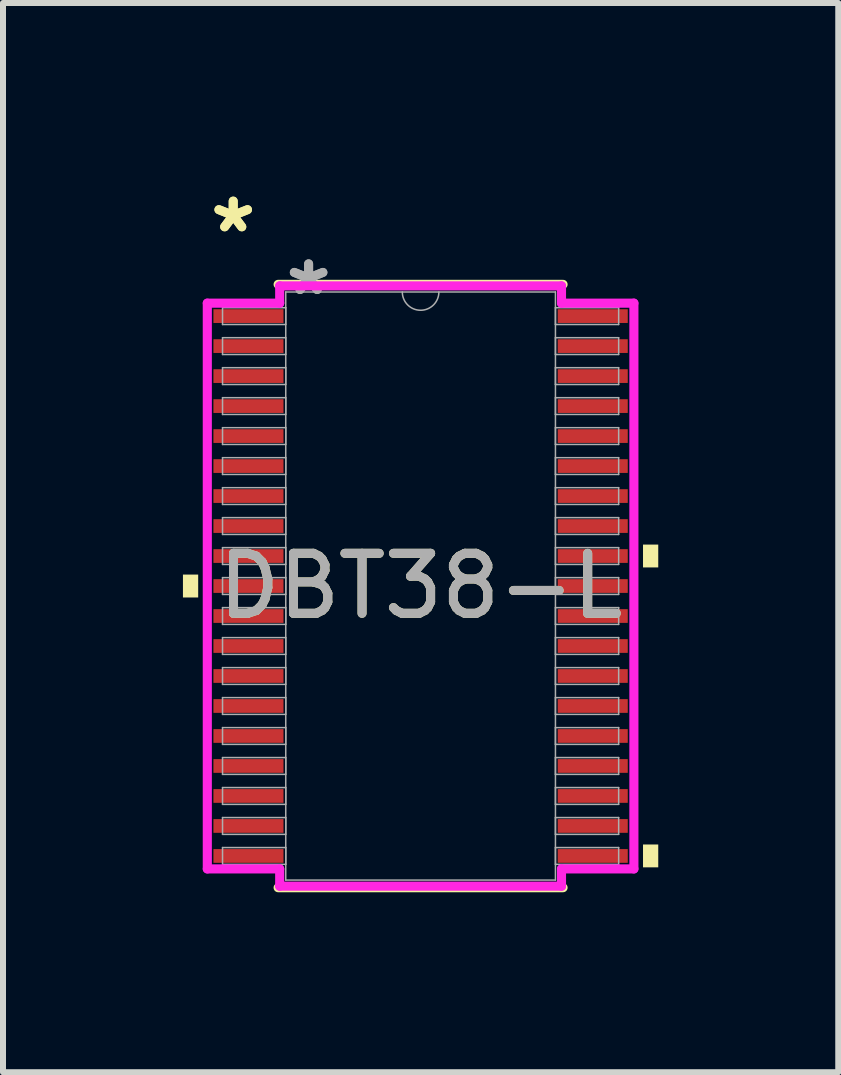
<source format=kicad_pcb>
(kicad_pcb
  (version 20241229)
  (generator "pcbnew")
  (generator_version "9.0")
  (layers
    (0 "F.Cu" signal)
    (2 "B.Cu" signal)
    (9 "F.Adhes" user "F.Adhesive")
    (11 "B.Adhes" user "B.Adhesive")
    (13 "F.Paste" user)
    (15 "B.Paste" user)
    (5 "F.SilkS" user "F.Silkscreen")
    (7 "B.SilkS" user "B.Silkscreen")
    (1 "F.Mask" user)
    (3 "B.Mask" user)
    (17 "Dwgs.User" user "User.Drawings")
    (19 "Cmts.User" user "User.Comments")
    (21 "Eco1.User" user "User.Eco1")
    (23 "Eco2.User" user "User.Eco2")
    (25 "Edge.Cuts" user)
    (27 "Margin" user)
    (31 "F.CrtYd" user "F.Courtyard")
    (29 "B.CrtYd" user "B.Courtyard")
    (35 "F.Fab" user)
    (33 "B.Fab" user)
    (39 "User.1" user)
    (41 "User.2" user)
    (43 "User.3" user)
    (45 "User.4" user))
  (footprint "DBT38-L"
    (layer "F.Cu")
    (at 3.962 6.72)
    (property "Reference" "DBT38-L" (at 0 0 0) (unlocked yes) (layer "F.SilkS") (effects (font (size 1 1) (thickness 0.15))))
    (attr smd)
    (fp_line (start -2.375 5.029) (end 2.375 5.029) (stroke (width 0.152) (type solid)) (layer "F.SilkS"))
    (fp_line (start 2.375 -5.029) (end -2.375 -5.029) (stroke (width 0.152) (type solid)) (layer "F.SilkS"))
    (fp_poly (pts (xy -3.962 -0.191) (xy -3.962 0.191) (xy -3.708 0.191) (xy -3.708 -0.191)) (stroke (width 0) (type solid)) (fill yes) (layer "F.SilkS"))
    (fp_poly (pts (xy 3.962 -0.691) (xy 3.962 -0.31) (xy 3.708 -0.31) (xy 3.708 -0.691)) (stroke (width 0) (type solid)) (fill yes) (layer "F.SilkS"))
    (fp_poly (pts (xy 3.962 4.309) (xy 3.962 4.69) (xy 3.708 4.69) (xy 3.708 4.309)) (stroke (width 0) (type solid)) (fill yes) (layer "F.SilkS"))
    (fp_line (start -3.556 -4.716) (end -2.349 -4.716) (stroke (width 0.152) (type solid)) (layer "F.CrtYd"))
    (fp_line (start -3.556 4.716) (end -3.556 -4.716) (stroke (width 0.152) (type solid)) (layer "F.CrtYd"))
    (fp_line (start -3.556 4.716) (end -2.349 4.716) (stroke (width 0.152) (type solid)) (layer "F.CrtYd"))
    (fp_line (start -2.349 -5.004) (end 2.349 -5.004) (stroke (width 0.152) (type solid)) (layer "F.CrtYd"))
    (fp_line (start -2.349 -4.716) (end -2.349 -5.004) (stroke (width 0.152) (type solid)) (layer "F.CrtYd"))
    (fp_line (start -2.349 5.004) (end -2.349 4.716) (stroke (width 0.152) (type solid)) (layer "F.CrtYd"))
    (fp_line (start 2.349 -5.004) (end 2.349 -4.716) (stroke (width 0.152) (type solid)) (layer "F.CrtYd"))
    (fp_line (start 2.349 4.716) (end 2.349 5.004) (stroke (width 0.152) (type solid)) (layer "F.CrtYd"))
    (fp_line (start 2.349 5.004) (end -2.349 5.004) (stroke (width 0.152) (type solid)) (layer "F.CrtYd"))
    (fp_line (start 3.556 -4.716) (end 2.349 -4.716) (stroke (width 0.152) (type solid)) (layer "F.CrtYd"))
    (fp_line (start 3.556 -4.716) (end 3.556 4.716) (stroke (width 0.152) (type solid)) (layer "F.CrtYd"))
    (fp_line (start 3.556 4.716) (end 2.349 4.716) (stroke (width 0.152) (type solid)) (layer "F.CrtYd"))
    (fp_line (start -3.302 -4.64) (end -3.302 -4.36) (stroke (width 0.025) (type solid)) (layer "F.Fab"))
    (fp_line (start -3.302 -4.36) (end -2.248 -4.36) (stroke (width 0.025) (type solid)) (layer "F.Fab"))
    (fp_line (start -3.302 -4.14) (end -3.302 -3.86) (stroke (width 0.025) (type solid)) (layer "F.Fab"))
    (fp_line (start -3.302 -3.86) (end -2.248 -3.86) (stroke (width 0.025) (type solid)) (layer "F.Fab"))
    (fp_line (start -3.302 -3.64) (end -3.302 -3.36) (stroke (width 0.025) (type solid)) (layer "F.Fab"))
    (fp_line (start -3.302 -3.36) (end -2.248 -3.36) (stroke (width 0.025) (type solid)) (layer "F.Fab"))
    (fp_line (start -3.302 -3.14) (end -3.302 -2.86) (stroke (width 0.025) (type solid)) (layer "F.Fab"))
    (fp_line (start -3.302 -2.86) (end -2.248 -2.86) (stroke (width 0.025) (type solid)) (layer "F.Fab"))
    (fp_line (start -3.302 -2.64) (end -3.302 -2.36) (stroke (width 0.025) (type solid)) (layer "F.Fab"))
    (fp_line (start -3.302 -2.36) (end -2.248 -2.36) (stroke (width 0.025) (type solid)) (layer "F.Fab"))
    (fp_line (start -3.302 -2.14) (end -3.302 -1.86) (stroke (width 0.025) (type solid)) (layer "F.Fab"))
    (fp_line (start -3.302 -1.86) (end -2.248 -1.86) (stroke (width 0.025) (type solid)) (layer "F.Fab"))
    (fp_line (start -3.302 -1.64) (end -3.302 -1.36) (stroke (width 0.025) (type solid)) (layer "F.Fab"))
    (fp_line (start -3.302 -1.36) (end -2.248 -1.36) (stroke (width 0.025) (type solid)) (layer "F.Fab"))
    (fp_line (start -3.302 -1.14) (end -3.302 -0.86) (stroke (width 0.025) (type solid)) (layer "F.Fab"))
    (fp_line (start -3.302 -0.86) (end -2.248 -0.86) (stroke (width 0.025) (type solid)) (layer "F.Fab"))
    (fp_line (start -3.302 -0.64) (end -3.302 -0.36) (stroke (width 0.025) (type solid)) (layer "F.Fab"))
    (fp_line (start -3.302 -0.36) (end -2.248 -0.36) (stroke (width 0.025) (type solid)) (layer "F.Fab"))
    (fp_line (start -3.302 -0.14) (end -3.302 0.14) (stroke (width 0.025) (type solid)) (layer "F.Fab"))
    (fp_line (start -3.302 0.14) (end -2.248 0.14) (stroke (width 0.025) (type solid)) (layer "F.Fab"))
    (fp_line (start -3.302 0.36) (end -3.302 0.64) (stroke (width 0.025) (type solid)) (layer "F.Fab"))
    (fp_line (start -3.302 0.64) (end -2.248 0.64) (stroke (width 0.025) (type solid)) (layer "F.Fab"))
    (fp_line (start -3.302 0.86) (end -3.302 1.14) (stroke (width 0.025) (type solid)) (layer "F.Fab"))
    (fp_line (start -3.302 1.14) (end -2.248 1.14) (stroke (width 0.025) (type solid)) (layer "F.Fab"))
    (fp_line (start -3.302 1.36) (end -3.302 1.64) (stroke (width 0.025) (type solid)) (layer "F.Fab"))
    (fp_line (start -3.302 1.64) (end -2.248 1.64) (stroke (width 0.025) (type solid)) (layer "F.Fab"))
    (fp_line (start -3.302 1.86) (end -3.302 2.14) (stroke (width 0.025) (type solid)) (layer "F.Fab"))
    (fp_line (start -3.302 2.14) (end -2.248 2.14) (stroke (width 0.025) (type solid)) (layer "F.Fab"))
    (fp_line (start -3.302 2.36) (end -3.302 2.64) (stroke (width 0.025) (type solid)) (layer "F.Fab"))
    (fp_line (start -3.302 2.64) (end -2.248 2.64) (stroke (width 0.025) (type solid)) (layer "F.Fab"))
    (fp_line (start -3.302 2.86) (end -3.302 3.14) (stroke (width 0.025) (type solid)) (layer "F.Fab"))
    (fp_line (start -3.302 3.14) (end -2.248 3.14) (stroke (width 0.025) (type solid)) (layer "F.Fab"))
    (fp_line (start -3.302 3.36) (end -3.302 3.64) (stroke (width 0.025) (type solid)) (layer "F.Fab"))
    (fp_line (start -3.302 3.64) (end -2.248 3.64) (stroke (width 0.025) (type solid)) (layer "F.Fab"))
    (fp_line (start -3.302 3.86) (end -3.302 4.14) (stroke (width 0.025) (type solid)) (layer "F.Fab"))
    (fp_line (start -3.302 4.14) (end -2.248 4.14) (stroke (width 0.025) (type solid)) (layer "F.Fab"))
    (fp_line (start -3.302 4.36) (end -3.302 4.64) (stroke (width 0.025) (type solid)) (layer "F.Fab"))
    (fp_line (start -3.302 4.64) (end -2.248 4.64) (stroke (width 0.025) (type solid)) (layer "F.Fab"))
    (fp_line (start -2.248 -4.902) (end -2.248 4.902) (stroke (width 0.025) (type solid)) (layer "F.Fab"))
    (fp_line (start -2.248 -4.64) (end -3.302 -4.64) (stroke (width 0.025) (type solid)) (layer "F.Fab"))
    (fp_line (start -2.248 -4.36) (end -2.248 -4.64) (stroke (width 0.025) (type solid)) (layer "F.Fab"))
    (fp_line (start -2.248 -4.14) (end -3.302 -4.14) (stroke (width 0.025) (type solid)) (layer "F.Fab"))
    (fp_line (start -2.248 -3.86) (end -2.248 -4.14) (stroke (width 0.025) (type solid)) (layer "F.Fab"))
    (fp_line (start -2.248 -3.64) (end -3.302 -3.64) (stroke (width 0.025) (type solid)) (layer "F.Fab"))
    (fp_line (start -2.248 -3.36) (end -2.248 -3.64) (stroke (width 0.025) (type solid)) (layer "F.Fab"))
    (fp_line (start -2.248 -3.14) (end -3.302 -3.14) (stroke (width 0.025) (type solid)) (layer "F.Fab"))
    (fp_line (start -2.248 -2.86) (end -2.248 -3.14) (stroke (width 0.025) (type solid)) (layer "F.Fab"))
    (fp_line (start -2.248 -2.64) (end -3.302 -2.64) (stroke (width 0.025) (type solid)) (layer "F.Fab"))
    (fp_line (start -2.248 -2.36) (end -2.248 -2.64) (stroke (width 0.025) (type solid)) (layer "F.Fab"))
    (fp_line (start -2.248 -2.14) (end -3.302 -2.14) (stroke (width 0.025) (type solid)) (layer "F.Fab"))
    (fp_line (start -2.248 -1.86) (end -2.248 -2.14) (stroke (width 0.025) (type solid)) (layer "F.Fab"))
    (fp_line (start -2.248 -1.64) (end -3.302 -1.64) (stroke (width 0.025) (type solid)) (layer "F.Fab"))
    (fp_line (start -2.248 -1.36) (end -2.248 -1.64) (stroke (width 0.025) (type solid)) (layer "F.Fab"))
    (fp_line (start -2.248 -1.14) (end -3.302 -1.14) (stroke (width 0.025) (type solid)) (layer "F.Fab"))
    (fp_line (start -2.248 -0.86) (end -2.248 -1.14) (stroke (width 0.025) (type solid)) (layer "F.Fab"))
    (fp_line (start -2.248 -0.64) (end -3.302 -0.64) (stroke (width 0.025) (type solid)) (layer "F.Fab"))
    (fp_line (start -2.248 -0.36) (end -2.248 -0.64) (stroke (width 0.025) (type solid)) (layer "F.Fab"))
    (fp_line (start -2.248 -0.14) (end -3.302 -0.14) (stroke (width 0.025) (type solid)) (layer "F.Fab"))
    (fp_line (start -2.248 0.14) (end -2.248 -0.14) (stroke (width 0.025) (type solid)) (layer "F.Fab"))
    (fp_line (start -2.248 0.36) (end -3.302 0.36) (stroke (width 0.025) (type solid)) (layer "F.Fab"))
    (fp_line (start -2.248 0.64) (end -2.248 0.36) (stroke (width 0.025) (type solid)) (layer "F.Fab"))
    (fp_line (start -2.248 0.86) (end -3.302 0.86) (stroke (width 0.025) (type solid)) (layer "F.Fab"))
    (fp_line (start -2.248 1.14) (end -2.248 0.86) (stroke (width 0.025) (type solid)) (layer "F.Fab"))
    (fp_line (start -2.248 1.36) (end -3.302 1.36) (stroke (width 0.025) (type solid)) (layer "F.Fab"))
    (fp_line (start -2.248 1.64) (end -2.248 1.36) (stroke (width 0.025) (type solid)) (layer "F.Fab"))
    (fp_line (start -2.248 1.86) (end -3.302 1.86) (stroke (width 0.025) (type solid)) (layer "F.Fab"))
    (fp_line (start -2.248 2.14) (end -2.248 1.86) (stroke (width 0.025) (type solid)) (layer "F.Fab"))
    (fp_line (start -2.248 2.36) (end -3.302 2.36) (stroke (width 0.025) (type solid)) (layer "F.Fab"))
    (fp_line (start -2.248 2.64) (end -2.248 2.36) (stroke (width 0.025) (type solid)) (layer "F.Fab"))
    (fp_line (start -2.248 2.86) (end -3.302 2.86) (stroke (width 0.025) (type solid)) (layer "F.Fab"))
    (fp_line (start -2.248 3.14) (end -2.248 2.86) (stroke (width 0.025) (type solid)) (layer "F.Fab"))
    (fp_line (start -2.248 3.36) (end -3.302 3.36) (stroke (width 0.025) (type solid)) (layer "F.Fab"))
    (fp_line (start -2.248 3.64) (end -2.248 3.36) (stroke (width 0.025) (type solid)) (layer "F.Fab"))
    (fp_line (start -2.248 3.86) (end -3.302 3.86) (stroke (width 0.025) (type solid)) (layer "F.Fab"))
    (fp_line (start -2.248 4.14) (end -2.248 3.86) (stroke (width 0.025) (type solid)) (layer "F.Fab"))
    (fp_line (start -2.248 4.36) (end -3.302 4.36) (stroke (width 0.025) (type solid)) (layer "F.Fab"))
    (fp_line (start -2.248 4.64) (end -2.248 4.36) (stroke (width 0.025) (type solid)) (layer "F.Fab"))
    (fp_line (start -2.248 4.902) (end 2.248 4.902) (stroke (width 0.025) (type solid)) (layer "F.Fab"))
    (fp_line (start 2.248 -4.902) (end -2.248 -4.902) (stroke (width 0.025) (type solid)) (layer "F.Fab"))
    (fp_line (start 2.248 -4.64) (end 2.248 -4.36) (stroke (width 0.025) (type solid)) (layer "F.Fab"))
    (fp_line (start 2.248 -4.36) (end 3.302 -4.36) (stroke (width 0.025) (type solid)) (layer "F.Fab"))
    (fp_line (start 2.248 -4.14) (end 2.248 -3.86) (stroke (width 0.025) (type solid)) (layer "F.Fab"))
    (fp_line (start 2.248 -3.86) (end 3.302 -3.86) (stroke (width 0.025) (type solid)) (layer "F.Fab"))
    (fp_line (start 2.248 -3.64) (end 2.248 -3.36) (stroke (width 0.025) (type solid)) (layer "F.Fab"))
    (fp_line (start 2.248 -3.36) (end 3.302 -3.36) (stroke (width 0.025) (type solid)) (layer "F.Fab"))
    (fp_line (start 2.248 -3.14) (end 2.248 -2.86) (stroke (width 0.025) (type solid)) (layer "F.Fab"))
    (fp_line (start 2.248 -2.86) (end 3.302 -2.86) (stroke (width 0.025) (type solid)) (layer "F.Fab"))
    (fp_line (start 2.248 -2.64) (end 2.248 -2.36) (stroke (width 0.025) (type solid)) (layer "F.Fab"))
    (fp_line (start 2.248 -2.36) (end 3.302 -2.36) (stroke (width 0.025) (type solid)) (layer "F.Fab"))
    (fp_line (start 2.248 -2.14) (end 2.248 -1.86) (stroke (width 0.025) (type solid)) (layer "F.Fab"))
    (fp_line (start 2.248 -1.86) (end 3.302 -1.86) (stroke (width 0.025) (type solid)) (layer "F.Fab"))
    (fp_line (start 2.248 -1.64) (end 2.248 -1.36) (stroke (width 0.025) (type solid)) (layer "F.Fab"))
    (fp_line (start 2.248 -1.36) (end 3.302 -1.36) (stroke (width 0.025) (type solid)) (layer "F.Fab"))
    (fp_line (start 2.248 -1.14) (end 2.248 -0.86) (stroke (width 0.025) (type solid)) (layer "F.Fab"))
    (fp_line (start 2.248 -0.86) (end 3.302 -0.86) (stroke (width 0.025) (type solid)) (layer "F.Fab"))
    (fp_line (start 2.248 -0.64) (end 2.248 -0.36) (stroke (width 0.025) (type solid)) (layer "F.Fab"))
    (fp_line (start 2.248 -0.36) (end 3.302 -0.36) (stroke (width 0.025) (type solid)) (layer "F.Fab"))
    (fp_line (start 2.248 -0.14) (end 2.248 0.14) (stroke (width 0.025) (type solid)) (layer "F.Fab"))
    (fp_line (start 2.248 0.14) (end 3.302 0.14) (stroke (width 0.025) (type solid)) (layer "F.Fab"))
    (fp_line (start 2.248 0.36) (end 2.248 0.64) (stroke (width 0.025) (type solid)) (layer "F.Fab"))
    (fp_line (start 2.248 0.64) (end 3.302 0.64) (stroke (width 0.025) (type solid)) (layer "F.Fab"))
    (fp_line (start 2.248 0.86) (end 2.248 1.14) (stroke (width 0.025) (type solid)) (layer "F.Fab"))
    (fp_line (start 2.248 1.14) (end 3.302 1.14) (stroke (width 0.025) (type solid)) (layer "F.Fab"))
    (fp_line (start 2.248 1.36) (end 2.248 1.64) (stroke (width 0.025) (type solid)) (layer "F.Fab"))
    (fp_line (start 2.248 1.64) (end 3.302 1.64) (stroke (width 0.025) (type solid)) (layer "F.Fab"))
    (fp_line (start 2.248 1.86) (end 2.248 2.14) (stroke (width 0.025) (type solid)) (layer "F.Fab"))
    (fp_line (start 2.248 2.14) (end 3.302 2.14) (stroke (width 0.025) (type solid)) (layer "F.Fab"))
    (fp_line (start 2.248 2.36) (end 2.248 2.64) (stroke (width 0.025) (type solid)) (layer "F.Fab"))
    (fp_line (start 2.248 2.64) (end 3.302 2.64) (stroke (width 0.025) (type solid)) (layer "F.Fab"))
    (fp_line (start 2.248 2.86) (end 2.248 3.14) (stroke (width 0.025) (type solid)) (layer "F.Fab"))
    (fp_line (start 2.248 3.14) (end 3.302 3.14) (stroke (width 0.025) (type solid)) (layer "F.Fab"))
    (fp_line (start 2.248 3.36) (end 2.248 3.64) (stroke (width 0.025) (type solid)) (layer "F.Fab"))
    (fp_line (start 2.248 3.64) (end 3.302 3.64) (stroke (width 0.025) (type solid)) (layer "F.Fab"))
    (fp_line (start 2.248 3.86) (end 2.248 4.14) (stroke (width 0.025) (type solid)) (layer "F.Fab"))
    (fp_line (start 2.248 4.14) (end 3.302 4.14) (stroke (width 0.025) (type solid)) (layer "F.Fab"))
    (fp_line (start 2.248 4.36) (end 2.248 4.64) (stroke (width 0.025) (type solid)) (layer "F.Fab"))
    (fp_line (start 2.248 4.64) (end 3.302 4.64) (stroke (width 0.025) (type solid)) (layer "F.Fab"))
    (fp_line (start 2.248 4.902) (end 2.248 -4.902) (stroke (width 0.025) (type solid)) (layer "F.Fab"))
    (fp_line (start 3.302 -4.64) (end 2.248 -4.64) (stroke (width 0.025) (type solid)) (layer "F.Fab"))
    (fp_line (start 3.302 -4.36) (end 3.302 -4.64) (stroke (width 0.025) (type solid)) (layer "F.Fab"))
    (fp_line (start 3.302 -4.14) (end 2.248 -4.14) (stroke (width 0.025) (type solid)) (layer "F.Fab"))
    (fp_line (start 3.302 -3.86) (end 3.302 -4.14) (stroke (width 0.025) (type solid)) (layer "F.Fab"))
    (fp_line (start 3.302 -3.64) (end 2.248 -3.64) (stroke (width 0.025) (type solid)) (layer "F.Fab"))
    (fp_line (start 3.302 -3.36) (end 3.302 -3.64) (stroke (width 0.025) (type solid)) (layer "F.Fab"))
    (fp_line (start 3.302 -3.14) (end 2.248 -3.14) (stroke (width 0.025) (type solid)) (layer "F.Fab"))
    (fp_line (start 3.302 -2.86) (end 3.302 -3.14) (stroke (width 0.025) (type solid)) (layer "F.Fab"))
    (fp_line (start 3.302 -2.64) (end 2.248 -2.64) (stroke (width 0.025) (type solid)) (layer "F.Fab"))
    (fp_line (start 3.302 -2.36) (end 3.302 -2.64) (stroke (width 0.025) (type solid)) (layer "F.Fab"))
    (fp_line (start 3.302 -2.14) (end 2.248 -2.14) (stroke (width 0.025) (type solid)) (layer "F.Fab"))
    (fp_line (start 3.302 -1.86) (end 3.302 -2.14) (stroke (width 0.025) (type solid)) (layer "F.Fab"))
    (fp_line (start 3.302 -1.64) (end 2.248 -1.64) (stroke (width 0.025) (type solid)) (layer "F.Fab"))
    (fp_line (start 3.302 -1.36) (end 3.302 -1.64) (stroke (width 0.025) (type solid)) (layer "F.Fab"))
    (fp_line (start 3.302 -1.14) (end 2.248 -1.14) (stroke (width 0.025) (type solid)) (layer "F.Fab"))
    (fp_line (start 3.302 -0.86) (end 3.302 -1.14) (stroke (width 0.025) (type solid)) (layer "F.Fab"))
    (fp_line (start 3.302 -0.64) (end 2.248 -0.64) (stroke (width 0.025) (type solid)) (layer "F.Fab"))
    (fp_line (start 3.302 -0.36) (end 3.302 -0.64) (stroke (width 0.025) (type solid)) (layer "F.Fab"))
    (fp_line (start 3.302 -0.14) (end 2.248 -0.14) (stroke (width 0.025) (type solid)) (layer "F.Fab"))
    (fp_line (start 3.302 0.14) (end 3.302 -0.14) (stroke (width 0.025) (type solid)) (layer "F.Fab"))
    (fp_line (start 3.302 0.36) (end 2.248 0.36) (stroke (width 0.025) (type solid)) (layer "F.Fab"))
    (fp_line (start 3.302 0.64) (end 3.302 0.36) (stroke (width 0.025) (type solid)) (layer "F.Fab"))
    (fp_line (start 3.302 0.86) (end 2.248 0.86) (stroke (width 0.025) (type solid)) (layer "F.Fab"))
    (fp_line (start 3.302 1.14) (end 3.302 0.86) (stroke (width 0.025) (type solid)) (layer "F.Fab"))
    (fp_line (start 3.302 1.36) (end 2.248 1.36) (stroke (width 0.025) (type solid)) (layer "F.Fab"))
    (fp_line (start 3.302 1.64) (end 3.302 1.36) (stroke (width 0.025) (type solid)) (layer "F.Fab"))
    (fp_line (start 3.302 1.86) (end 2.248 1.86) (stroke (width 0.025) (type solid)) (layer "F.Fab"))
    (fp_line (start 3.302 2.14) (end 3.302 1.86) (stroke (width 0.025) (type solid)) (layer "F.Fab"))
    (fp_line (start 3.302 2.36) (end 2.248 2.36) (stroke (width 0.025) (type solid)) (layer "F.Fab"))
    (fp_line (start 3.302 2.64) (end 3.302 2.36) (stroke (width 0.025) (type solid)) (layer "F.Fab"))
    (fp_line (start 3.302 2.86) (end 2.248 2.86) (stroke (width 0.025) (type solid)) (layer "F.Fab"))
    (fp_line (start 3.302 3.14) (end 3.302 2.86) (stroke (width 0.025) (type solid)) (layer "F.Fab"))
    (fp_line (start 3.302 3.36) (end 2.248 3.36) (stroke (width 0.025) (type solid)) (layer "F.Fab"))
    (fp_line (start 3.302 3.64) (end 3.302 3.36) (stroke (width 0.025) (type solid)) (layer "F.Fab"))
    (fp_line (start 3.302 3.86) (end 2.248 3.86) (stroke (width 0.025) (type solid)) (layer "F.Fab"))
    (fp_line (start 3.302 4.14) (end 3.302 3.86) (stroke (width 0.025) (type solid)) (layer "F.Fab"))
    (fp_line (start 3.302 4.36) (end 2.248 4.36) (stroke (width 0.025) (type solid)) (layer "F.Fab"))
    (fp_line (start 3.302 4.64) (end 3.302 4.36) (stroke (width 0.025) (type solid)) (layer "F.Fab"))
    (fp_arc (start 0.3048 -4.9022) (mid 0 -4.5974) (end -0.3048 -4.9022) (stroke (width 0.0254) (type solid)) (layer "F.Fab"))
    (fp_text user "*" (at -3.124 -5.872 0) (unlocked yes) (layer "F.SilkS") (effects (font (size 1 1) (thickness 0.15))))
    (fp_text user "*" (at -3.124 -5.872 0) (layer "F.SilkS") (effects (font (size 1 1) (thickness 0.15))))
    (fp_text user "*" (at -1.867 -4.826 0) (layer "F.Fab") (effects (font (size 1 1) (thickness 0.15))))
    (fp_text user "${REFERENCE}" (at 0 0 0) (unlocked yes) (layer "F.Fab") (effects (font (size 1 1) (thickness 0.15))))
    (fp_text user "*" (at -1.867 -4.826 0) (unlocked yes) (layer "F.Fab") (effects (font (size 1 1) (thickness 0.15))))
    (pad "1" smd rect (at -2.87 -4.5) (size 1.168 0.229) (layers "F.Cu" "F.Mask" "F.Paste"))
    (pad "2" smd rect (at -2.87 -4) (size 1.168 0.229) (layers "F.Cu" "F.Mask" "F.Paste"))
    (pad "3" smd rect (at -2.87 -3.5) (size 1.168 0.229) (layers "F.Cu" "F.Mask" "F.Paste"))
    (pad "4" smd rect (at -2.87 -3) (size 1.168 0.229) (layers "F.Cu" "F.Mask" "F.Paste"))
    (pad "5" smd rect (at -2.87 -2.5) (size 1.168 0.229) (layers "F.Cu" "F.Mask" "F.Paste"))
    (pad "6" smd rect (at -2.87 -2) (size 1.168 0.229) (layers "F.Cu" "F.Mask" "F.Paste"))
    (pad "7" smd rect (at -2.87 -1.5) (size 1.168 0.229) (layers "F.Cu" "F.Mask" "F.Paste"))
    (pad "8" smd rect (at -2.87 -1) (size 1.168 0.229) (layers "F.Cu" "F.Mask" "F.Paste"))
    (pad "9" smd rect (at -2.87 -0.5) (size 1.168 0.229) (layers "F.Cu" "F.Mask" "F.Paste"))
    (pad "10" smd rect (at -2.87 0) (size 1.168 0.229) (layers "F.Cu" "F.Mask" "F.Paste"))
    (pad "11" smd rect (at -2.87 0.5) (size 1.168 0.229) (layers "F.Cu" "F.Mask" "F.Paste"))
    (pad "12" smd rect (at -2.87 1) (size 1.168 0.229) (layers "F.Cu" "F.Mask" "F.Paste"))
    (pad "13" smd rect (at -2.87 1.5) (size 1.168 0.229) (layers "F.Cu" "F.Mask" "F.Paste"))
    (pad "14" smd rect (at -2.87 2) (size 1.168 0.229) (layers "F.Cu" "F.Mask" "F.Paste"))
    (pad "15" smd rect (at -2.87 2.5) (size 1.168 0.229) (layers "F.Cu" "F.Mask" "F.Paste"))
    (pad "16" smd rect (at -2.87 3) (size 1.168 0.229) (layers "F.Cu" "F.Mask" "F.Paste"))
    (pad "17" smd rect (at -2.87 3.5) (size 1.168 0.229) (layers "F.Cu" "F.Mask" "F.Paste"))
    (pad "18" smd rect (at -2.87 4) (size 1.168 0.229) (layers "F.Cu" "F.Mask" "F.Paste"))
    (pad "19" smd rect (at -2.87 4.5) (size 1.168 0.229) (layers "F.Cu" "F.Mask" "F.Paste"))
    (pad "20" smd rect (at 2.87 4.5) (size 1.168 0.229) (layers "F.Cu" "F.Mask" "F.Paste"))
    (pad "21" smd rect (at 2.87 4) (size 1.168 0.229) (layers "F.Cu" "F.Mask" "F.Paste"))
    (pad "22" smd rect (at 2.87 3.5) (size 1.168 0.229) (layers "F.Cu" "F.Mask" "F.Paste"))
    (pad "23" smd rect (at 2.87 3) (size 1.168 0.229) (layers "F.Cu" "F.Mask" "F.Paste"))
    (pad "24" smd rect (at 2.87 2.5) (size 1.168 0.229) (layers "F.Cu" "F.Mask" "F.Paste"))
    (pad "25" smd rect (at 2.87 2) (size 1.168 0.229) (layers "F.Cu" "F.Mask" "F.Paste"))
    (pad "26" smd rect (at 2.87 1.5) (size 1.168 0.229) (layers "F.Cu" "F.Mask" "F.Paste"))
    (pad "27" smd rect (at 2.87 1) (size 1.168 0.229) (layers "F.Cu" "F.Mask" "F.Paste"))
    (pad "28" smd rect (at 2.87 0.5) (size 1.168 0.229) (layers "F.Cu" "F.Mask" "F.Paste"))
    (pad "29" smd rect (at 2.87 0) (size 1.168 0.229) (layers "F.Cu" "F.Mask" "F.Paste"))
    (pad "30" smd rect (at 2.87 -0.5) (size 1.168 0.229) (layers "F.Cu" "F.Mask" "F.Paste"))
    (pad "31" smd rect (at 2.87 -1) (size 1.168 0.229) (layers "F.Cu" "F.Mask" "F.Paste"))
    (pad "32" smd rect (at 2.87 -1.5) (size 1.168 0.229) (layers "F.Cu" "F.Mask" "F.Paste"))
    (pad "33" smd rect (at 2.87 -2) (size 1.168 0.229) (layers "F.Cu" "F.Mask" "F.Paste"))
    (pad "34" smd rect (at 2.87 -2.5) (size 1.168 0.229) (layers "F.Cu" "F.Mask" "F.Paste"))
    (pad "35" smd rect (at 2.87 -3) (size 1.168 0.229) (layers "F.Cu" "F.Mask" "F.Paste"))
    (pad "36" smd rect (at 2.87 -3.5) (size 1.168 0.229) (layers "F.Cu" "F.Mask" "F.Paste"))
    (pad "37" smd rect (at 2.87 -4) (size 1.168 0.229) (layers "F.Cu" "F.Mask" "F.Paste"))
    (pad "38" smd rect (at 2.87 -4.5) (size 1.168 0.229) (layers "F.Cu" "F.Mask" "F.Paste")))
  (gr_rect
    (start -3 -3)
    (end 10.925 14.825)
    (stroke (width 0.1) (type default))
    (fill no)
    (layer "Edge.Cuts")))
</source>
